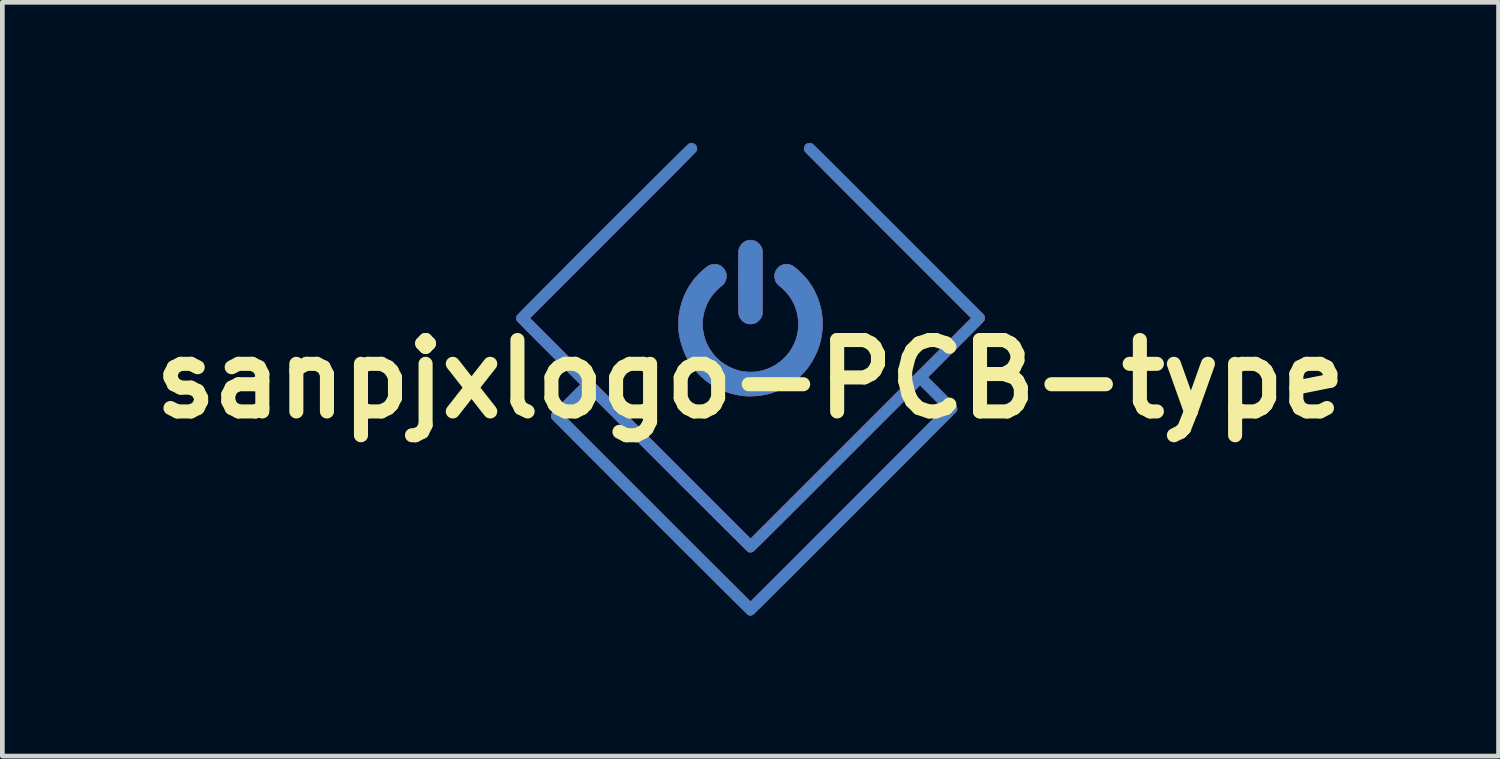
<source format=kicad_pcb>
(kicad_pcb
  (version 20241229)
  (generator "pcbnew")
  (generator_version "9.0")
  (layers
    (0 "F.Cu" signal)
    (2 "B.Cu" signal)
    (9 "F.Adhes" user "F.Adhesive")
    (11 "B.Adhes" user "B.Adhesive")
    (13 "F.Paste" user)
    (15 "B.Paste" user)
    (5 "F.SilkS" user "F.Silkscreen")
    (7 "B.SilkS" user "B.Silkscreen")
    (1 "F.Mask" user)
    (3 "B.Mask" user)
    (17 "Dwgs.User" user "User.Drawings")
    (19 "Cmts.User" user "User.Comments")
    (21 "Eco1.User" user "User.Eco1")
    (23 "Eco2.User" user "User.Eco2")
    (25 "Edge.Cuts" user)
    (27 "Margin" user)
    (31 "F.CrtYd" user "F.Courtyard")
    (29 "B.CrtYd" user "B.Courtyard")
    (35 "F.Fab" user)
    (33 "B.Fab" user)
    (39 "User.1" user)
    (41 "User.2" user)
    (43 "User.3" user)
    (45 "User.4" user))
  (footprint "sanpjxlogo-PCB-type"
    (layer "F.Cu")
    (at 12.961 5.039)
    (property "Reference" "sanpjxlogo-PCB-type" (at 0 0 0) (layer "F.SilkS") (effects (font (size 1.524 1.524) (thickness 0.3))))
    (attr smd)
    (fp_poly (pts (xy 0.049 -2.961) (xy 0.091 -2.949) (xy 0.102 -2.945) (xy 0.145 -2.92) (xy 0.184 -2.887) (xy 0.215 -2.848) (xy 0.239 -2.806) (xy 0.245 -2.787) (xy 0.247 -2.781) (xy 0.249 -2.775) (xy 0.25 -2.768) (xy 0.251 -2.76) (xy 0.252 -2.749) (xy 0.253 -2.735) (xy 0.254 -2.718) (xy 0.255 -2.697) (xy 0.255 -2.671) (xy 0.256 -2.64) (xy 0.256 -2.603) (xy 0.256 -2.559) (xy 0.256 -2.507) (xy 0.257 -2.448) (xy 0.257 -2.38) (xy 0.257 -2.303) (xy 0.257 -2.216) (xy 0.257 -2.119) (xy 0.257 -2.073) (xy 0.257 -1.964) (xy 0.256 -1.863) (xy 0.256 -1.771) (xy 0.256 -1.687) (xy 0.255 -1.613) (xy 0.255 -1.548) (xy 0.254 -1.492) (xy 0.254 -1.447) (xy 0.253 -1.411) (xy 0.252 -1.387) (xy 0.251 -1.373) (xy 0.251 -1.371) (xy 0.237 -1.33) (xy 0.215 -1.292) (xy 0.187 -1.258) (xy 0.156 -1.228) (xy 0.125 -1.206) (xy 0.092 -1.191) (xy 0.075 -1.185) (xy 0.042 -1.179) (xy 0.004 -1.176) (xy -0.034 -1.178) (xy -0.068 -1.183) (xy -0.079 -1.187) (xy -0.126 -1.209) (xy -0.167 -1.24) (xy -0.202 -1.279) (xy -0.229 -1.323) (xy -0.246 -1.372) (xy -0.251 -1.396) (xy -0.252 -1.408) (xy -0.253 -1.43) (xy -0.253 -1.462) (xy -0.254 -1.503) (xy -0.255 -1.552) (xy -0.255 -1.607) (xy -0.256 -1.669) (xy -0.256 -1.735) (xy -0.256 -1.805) (xy -0.256 -1.879) (xy -0.257 -1.955) (xy -0.257 -2.032) (xy -0.257 -2.11) (xy -0.257 -2.187) (xy -0.256 -2.263) (xy -0.256 -2.336) (xy -0.256 -2.406) (xy -0.256 -2.473) (xy -0.255 -2.534) (xy -0.255 -2.589) (xy -0.254 -2.637) (xy -0.253 -2.677) (xy -0.253 -2.709) (xy -0.252 -2.731) (xy -0.251 -2.743) (xy -0.238 -2.794) (xy -0.215 -2.841) (xy -0.184 -2.882) (xy -0.145 -2.917) (xy -0.1 -2.943) (xy -0.05 -2.96) (xy -0.036 -2.963) (xy 0.005 -2.966) (xy 0.049 -2.961)) (stroke (width 0.01) (type solid)) (fill yes) (layer "F.Cu"))
    (fp_poly (pts (xy 0.83 -2.445) (xy 0.878 -2.428) (xy 0.903 -2.413) (xy 0.934 -2.392) (xy 0.97 -2.364) (xy 1.008 -2.332) (xy 1.048 -2.296) (xy 1.088 -2.258) (xy 1.093 -2.252) (xy 1.163 -2.178) (xy 1.225 -2.105) (xy 1.279 -2.028) (xy 1.33 -1.946) (xy 1.378 -1.856) (xy 1.378 -1.855) (xy 1.432 -1.736) (xy 1.474 -1.613) (xy 1.506 -1.488) (xy 1.527 -1.36) (xy 1.537 -1.231) (xy 1.536 -1.101) (xy 1.524 -0.971) (xy 1.501 -0.842) (xy 1.489 -0.791) (xy 1.458 -0.687) (xy 1.417 -0.582) (xy 1.368 -0.478) (xy 1.313 -0.377) (xy 1.251 -0.281) (xy 1.195 -0.205) (xy 1.168 -0.174) (xy 1.135 -0.137) (xy 1.097 -0.099) (xy 1.059 -0.06) (xy 1.021 -0.024) (xy 0.986 0.006) (xy 0.97 0.019) (xy 0.878 0.087) (xy 0.778 0.15) (xy 0.673 0.206) (xy 0.565 0.254) (xy 0.455 0.294) (xy 0.347 0.324) (xy 0.317 0.33) (xy 0.239 0.344) (xy 0.156 0.354) (xy 0.072 0.36) (xy -0.009 0.363) (xy -0.085 0.361) (xy -0.109 0.36) (xy -0.229 0.346) (xy -0.347 0.322) (xy -0.461 0.29) (xy -0.586 0.245) (xy -0.704 0.189) (xy -0.817 0.125) (xy -0.923 0.052) (xy -1.021 -0.029) (xy -1.113 -0.118) (xy -1.196 -0.214) (xy -1.272 -0.317) (xy -1.339 -0.427) (xy -1.397 -0.542) (xy -1.445 -0.663) (xy -1.484 -0.789) (xy -1.513 -0.919) (xy -1.522 -0.973) (xy -1.527 -1.015) (xy -1.53 -1.065) (xy -1.532 -1.12) (xy -1.532 -1.178) (xy -1.531 -1.237) (xy -1.529 -1.292) (xy -1.526 -1.341) (xy -1.522 -1.375) (xy -1.498 -1.507) (xy -1.464 -1.635) (xy -1.419 -1.759) (xy -1.364 -1.878) (xy -1.299 -1.992) (xy -1.224 -2.1) (xy -1.211 -2.118) (xy -1.179 -2.156) (xy -1.143 -2.196) (xy -1.104 -2.238) (xy -1.062 -2.278) (xy -1.021 -2.317) (xy -0.98 -2.352) (xy -0.942 -2.382) (xy -0.909 -2.407) (xy -0.88 -2.424) (xy -0.876 -2.426) (xy -0.827 -2.444) (xy -0.775 -2.451) (xy -0.723 -2.448) (xy -0.673 -2.435) (xy -0.627 -2.412) (xy -0.609 -2.399) (xy -0.585 -2.376) (xy -0.561 -2.346) (xy -0.54 -2.312) (xy -0.525 -2.28) (xy -0.524 -2.277) (xy -0.514 -2.23) (xy -0.513 -2.18) (xy -0.521 -2.129) (xy -0.538 -2.082) (xy -0.555 -2.052) (xy -0.568 -2.036) (xy -0.587 -2.016) (xy -0.608 -1.997) (xy -0.616 -1.99) (xy -0.649 -1.963) (xy -0.685 -1.929) (xy -0.722 -1.892) (xy -0.758 -1.854) (xy -0.792 -1.818) (xy -0.82 -1.784) (xy -0.835 -1.764) (xy -0.883 -1.688) (xy -0.926 -1.605) (xy -0.962 -1.517) (xy -0.99 -1.428) (xy -1.005 -1.367) (xy -1.012 -1.317) (xy -1.018 -1.26) (xy -1.021 -1.199) (xy -1.021 -1.139) (xy -1.018 -1.083) (xy -1.016 -1.061) (xy -0.999 -0.956) (xy -0.971 -0.854) (xy -0.933 -0.756) (xy -0.884 -0.662) (xy -0.825 -0.573) (xy -0.758 -0.489) (xy -0.705 -0.435) (xy -0.627 -0.367) (xy -0.541 -0.308) (xy -0.449 -0.256) (xy -0.353 -0.214) (xy -0.253 -0.182) (xy -0.166 -0.162) (xy -0.131 -0.158) (xy -0.089 -0.154) (xy -0.041 -0.152) (xy 0.008 -0.151) (xy 0.056 -0.152) (xy 0.1 -0.154) (xy 0.138 -0.157) (xy 0.151 -0.159) (xy 0.258 -0.182) (xy 0.361 -0.215) (xy 0.459 -0.258) (xy 0.551 -0.31) (xy 0.637 -0.371) (xy 0.716 -0.441) (xy 0.788 -0.518) (xy 0.852 -0.603) (xy 0.873 -0.636) (xy 0.893 -0.671) (xy 0.914 -0.712) (xy 0.936 -0.756) (xy 0.955 -0.8) (xy 0.97 -0.838) (xy 0.973 -0.847) (xy 1.002 -0.948) (xy 1.019 -1.051) (xy 1.026 -1.155) (xy 1.022 -1.26) (xy 1.008 -1.363) (xy 0.984 -1.465) (xy 0.949 -1.563) (xy 0.904 -1.658) (xy 0.888 -1.687) (xy 0.842 -1.759) (xy 0.792 -1.824) (xy 0.736 -1.886) (xy 0.672 -1.946) (xy 0.646 -1.968) (xy 0.621 -1.989) (xy 0.598 -2.011) (xy 0.578 -2.03) (xy 0.564 -2.045) (xy 0.562 -2.048) (xy 0.539 -2.088) (xy 0.524 -2.133) (xy 0.516 -2.181) (xy 0.517 -2.228) (xy 0.522 -2.254) (xy 0.54 -2.305) (xy 0.567 -2.349) (xy 0.6 -2.386) (xy 0.639 -2.415) (xy 0.683 -2.437) (xy 0.731 -2.449) (xy 0.78 -2.452) (xy 0.83 -2.445)) (stroke (width 0.01) (type solid)) (fill yes) (layer "F.Cu"))
    (fp_poly (pts (xy -1.237 -5.032) (xy -1.205 -5.021) (xy -1.177 -5.001) (xy -1.163 -4.985) (xy -1.149 -4.958) (xy -1.143 -4.925) (xy -1.144 -4.893) (xy -1.147 -4.877) (xy -1.149 -4.874) (xy -1.153 -4.869) (xy -1.159 -4.861) (xy -1.168 -4.851) (xy -1.18 -4.838) (xy -1.196 -4.822) (xy -1.214 -4.803) (xy -1.236 -4.78) (xy -1.262 -4.753) (xy -1.291 -4.723) (xy -1.325 -4.689) (xy -1.363 -4.65) (xy -1.405 -4.607) (xy -1.453 -4.559) (xy -1.505 -4.507) (xy -1.562 -4.449) (xy -1.625 -4.386) (xy -1.693 -4.317) (xy -1.767 -4.243) (xy -1.847 -4.162) (xy -1.933 -4.076) (xy -2.026 -3.983) (xy -2.125 -3.884) (xy -2.23 -3.778) (xy -2.343 -3.665) (xy -2.463 -3.545) (xy -2.591 -3.418) (xy -2.726 -3.283) (xy -2.868 -3.14) (xy -2.93 -3.078) (xy -4.706 -1.301) (xy 0.003 3.408) (xy 2.357 1.053) (xy 4.712 -1.301) (xy 2.939 -3.075) (xy 2.819 -3.194) (xy 2.702 -3.312) (xy 2.587 -3.427) (xy 2.475 -3.54) (xy 2.365 -3.65) (xy 2.258 -3.757) (xy 2.155 -3.86) (xy 2.055 -3.96) (xy 1.959 -4.057) (xy 1.867 -4.149) (xy 1.78 -4.237) (xy 1.697 -4.32) (xy 1.619 -4.398) (xy 1.546 -4.472) (xy 1.479 -4.54) (xy 1.417 -4.602) (xy 1.361 -4.659) (xy 1.311 -4.709) (xy 1.268 -4.753) (xy 1.231 -4.79) (xy 1.201 -4.82) (xy 1.179 -4.843) (xy 1.164 -4.859) (xy 1.157 -4.867) (xy 1.156 -4.868) (xy 1.147 -4.897) (xy 1.147 -4.93) (xy 1.155 -4.962) (xy 1.17 -4.99) (xy 1.182 -5.004) (xy 1.21 -5.022) (xy 1.242 -5.032) (xy 1.276 -5.034) (xy 1.309 -5.026) (xy 1.315 -5.023) (xy 1.321 -5.019) (xy 1.333 -5.008) (xy 1.352 -4.99) (xy 1.377 -4.965) (xy 1.41 -4.933) (xy 1.449 -4.895) (xy 1.496 -4.849) (xy 1.549 -4.796) (xy 1.61 -4.736) (xy 1.677 -4.669) (xy 1.752 -4.595) (xy 1.835 -4.513) (xy 1.924 -4.424) (xy 2.022 -4.327) (xy 2.126 -4.222) (xy 2.238 -4.111) (xy 2.358 -3.991) (xy 2.486 -3.864) (xy 2.621 -3.728) (xy 2.764 -3.585) (xy 2.915 -3.434) (xy 3.074 -3.276) (xy 3.163 -3.187) (xy 4.987 -1.361) (xy 4.994 -1.331) (xy 4.998 -1.307) (xy 4.997 -1.284) (xy 4.994 -1.271) (xy 4.993 -1.267) (xy 4.992 -1.263) (xy 4.99 -1.258) (xy 4.987 -1.253) (xy 4.982 -1.246) (xy 4.975 -1.238) (xy 4.966 -1.227) (xy 4.955 -1.214) (xy 4.94 -1.198) (xy 4.922 -1.179) (xy 4.9 -1.156) (xy 4.874 -1.129) (xy 4.843 -1.098) (xy 4.807 -1.062) (xy 4.766 -1.02) (xy 4.719 -0.973) (xy 4.666 -0.92) (xy 4.606 -0.86) (xy 4.54 -0.794) (xy 4.466 -0.72) (xy 4.387 -0.641) (xy 3.787 -0.04) (xy 4.093 0.267) (xy 4.15 0.324) (xy 4.2 0.374) (xy 4.242 0.417) (xy 4.279 0.453) (xy 4.309 0.484) (xy 4.334 0.51) (xy 4.354 0.531) (xy 4.37 0.548) (xy 4.382 0.562) (xy 4.391 0.573) (xy 4.397 0.581) (xy 4.401 0.588) (xy 4.404 0.594) (xy 4.406 0.6) (xy 4.406 0.601) (xy 4.41 0.636) (xy 4.404 0.668) (xy 4.398 0.684) (xy 4.394 0.689) (xy 4.382 0.701) (xy 4.362 0.722) (xy 4.334 0.749) (xy 4.3 0.784) (xy 4.259 0.826) (xy 4.211 0.874) (xy 4.157 0.929) (xy 4.096 0.989) (xy 4.03 1.056) (xy 3.957 1.129) (xy 3.88 1.207) (xy 3.797 1.29) (xy 3.709 1.379) (xy 3.616 1.472) (xy 3.518 1.569) (xy 3.417 1.671) (xy 3.311 1.777) (xy 3.201 1.887) (xy 3.088 2) (xy 2.971 2.117) (xy 2.852 2.237) (xy 2.729 2.36) (xy 2.604 2.485) (xy 2.476 2.613) (xy 2.346 2.743) (xy 2.231 2.858) (xy 2.056 3.033) (xy 1.889 3.2) (xy 1.73 3.36) (xy 1.578 3.511) (xy 1.434 3.655) (xy 1.298 3.791) (xy 1.169 3.919) (xy 1.048 4.04) (xy 0.934 4.154) (xy 0.828 4.26) (xy 0.729 4.359) (xy 0.636 4.451) (xy 0.551 4.535) (xy 0.473 4.613) (xy 0.402 4.684) (xy 0.338 4.747) (xy 0.28 4.805) (xy 0.229 4.855) (xy 0.184 4.899) (xy 0.146 4.936) (xy 0.114 4.967) (xy 0.089 4.992) (xy 0.07 5.01) (xy 0.057 5.022) (xy 0.05 5.028) (xy 0.049 5.029) (xy 0.017 5.038) (xy -0.019 5.038) (xy -0.04 5.033) (xy -0.043 5.031) (xy -0.049 5.026) (xy -0.059 5.017) (xy -0.071 5.006) (xy -0.088 4.99) (xy -0.108 4.971) (xy -0.132 4.947) (xy -0.16 4.92) (xy -0.193 4.888) (xy -0.23 4.852) (xy -0.272 4.81) (xy -0.318 4.765) (xy -0.37 4.714) (xy -0.426 4.658) (xy -0.488 4.596) (xy -0.556 4.529) (xy -0.629 4.456) (xy -0.708 4.378) (xy -0.793 4.293) (xy -0.884 4.202) (xy -0.981 4.105) (xy -1.086 4.001) (xy -1.196 3.891) (xy -1.314 3.773) (xy -1.439 3.649) (xy -1.571 3.517) (xy -1.71 3.377) (xy -1.857 3.231) (xy -2.012 3.076) (xy -2.145 2.943) (xy -2.278 2.81) (xy -2.408 2.679) (xy -2.537 2.551) (xy -2.662 2.426) (xy -2.784 2.304) (xy -2.903 2.185) (xy -3.018 2.069) (xy -3.13 1.957) (xy -3.237 1.85) (xy -3.341 1.746) (xy -3.44 1.647) (xy -3.534 1.552) (xy -3.623 1.462) (xy -3.708 1.377) (xy -3.787 1.298) (xy -3.86 1.224) (xy -3.928 1.156) (xy -3.989 1.094) (xy -4.045 1.038) (xy -4.094 0.989) (xy -4.136 0.946) (xy -4.171 0.91) (xy -4.199 0.881) (xy -4.22 0.86) (xy -4.233 0.846) (xy -4.238 0.84) (xy -4.239 0.84) (xy -4.25 0.805) (xy -4.25 0.788) (xy -3.964 0.788) (xy -1.983 2.768) (xy -1.857 2.894) (xy -1.733 3.018) (xy -1.612 3.14) (xy -1.492 3.259) (xy -1.376 3.376) (xy -1.262 3.489) (xy -1.152 3.599) (xy -1.045 3.706) (xy -0.942 3.809) (xy -0.843 3.908) (xy -0.748 4.002) (xy -0.658 4.092) (xy -0.572 4.178) (xy -0.491 4.258) (xy -0.415 4.334) (xy -0.345 4.403) (xy -0.281 4.467) (xy -0.222 4.526) (xy -0.17 4.577) (xy -0.124 4.623) (xy -0.085 4.662) (xy -0.052 4.694) (xy -0.027 4.718) (xy -0.009 4.736) (xy 0.001 4.746) (xy 0.003 4.748) (xy 0.008 4.744) (xy 0.02 4.732) (xy 0.04 4.712) (xy 0.067 4.685) (xy 0.101 4.651) (xy 0.142 4.61) (xy 0.19 4.563) (xy 0.244 4.509) (xy 0.304 4.449) (xy 0.371 4.383) (xy 0.442 4.311) (xy 0.52 4.234) (xy 0.602 4.151) (xy 0.689 4.064) (xy 0.782 3.972) (xy 0.878 3.876) (xy 0.979 3.775) (xy 1.084 3.67) (xy 1.192 3.562) (xy 1.304 3.45) (xy 1.419 3.334) (xy 1.538 3.216) (xy 1.659 3.095) (xy 1.782 2.971) (xy 1.908 2.845) (xy 2.036 2.717) (xy 2.065 2.688) (xy 4.12 0.63) (xy 3.87 0.379) (xy 3.619 0.128) (xy 1.845 1.902) (xy 1.689 2.058) (xy 1.541 2.206) (xy 1.401 2.346) (xy 1.269 2.478) (xy 1.144 2.603) (xy 1.027 2.72) (xy 0.916 2.829) (xy 0.814 2.932) (xy 0.718 3.027) (xy 0.629 3.116) (xy 0.547 3.197) (xy 0.472 3.272) (xy 0.403 3.34) (xy 0.341 3.402) (xy 0.285 3.457) (xy 0.236 3.506) (xy 0.192 3.548) (xy 0.155 3.585) (xy 0.124 3.616) (xy 0.098 3.641) (xy 0.078 3.66) (xy 0.063 3.673) (xy 0.054 3.681) (xy 0.05 3.684) (xy 0.026 3.691) (xy -0.003 3.693) (xy -0.03 3.691) (xy -0.044 3.687) (xy -0.049 3.683) (xy -0.062 3.67) (xy -0.083 3.65) (xy -0.111 3.623) (xy -0.146 3.589) (xy -0.188 3.547) (xy -0.237 3.499) (xy -0.292 3.444) (xy -0.353 3.383) (xy -0.421 3.317) (xy -0.494 3.244) (xy -0.573 3.166) (xy -0.657 3.082) (xy -0.746 2.993) (xy -0.84 2.899) (xy -0.939 2.801) (xy -1.042 2.698) (xy -1.149 2.591) (xy -1.26 2.48) (xy -1.375 2.366) (xy -1.494 2.248) (xy -1.615 2.126) (xy -1.74 2.001) (xy -1.759 1.982) (xy -3.459 0.283) (xy -3.964 0.788) (xy -4.25 0.788) (xy -4.25 0.77) (xy -4.247 0.755) (xy -4.245 0.749) (xy -4.242 0.743) (xy -4.238 0.736) (xy -4.231 0.727) (xy -4.222 0.716) (xy -4.209 0.702) (xy -4.193 0.684) (xy -4.173 0.663) (xy -4.147 0.637) (xy -4.116 0.605) (xy -4.08 0.568) (xy -4.036 0.524) (xy -3.986 0.474) (xy -3.933 0.421) (xy -3.627 0.114) (xy -4.302 -0.561) (xy -4.398 -0.657) (xy -4.486 -0.745) (xy -4.566 -0.825) (xy -4.639 -0.898) (xy -4.704 -0.964) (xy -4.762 -1.022) (xy -4.812 -1.074) (xy -4.856 -1.119) (xy -4.894 -1.157) (xy -4.924 -1.189) (xy -4.948 -1.214) (xy -4.966 -1.234) (xy -4.979 -1.248) (xy -4.985 -1.255) (xy -4.986 -1.257) (xy -4.993 -1.29) (xy -4.992 -1.324) (xy -4.983 -1.35) (xy -4.979 -1.356) (xy -4.966 -1.369) (xy -4.946 -1.39) (xy -4.918 -1.419) (xy -4.884 -1.453) (xy -4.844 -1.495) (xy -4.797 -1.542) (xy -4.744 -1.596) (xy -4.686 -1.655) (xy -4.622 -1.719) (xy -4.553 -1.788) (xy -4.48 -1.862) (xy -4.403 -1.94) (xy -4.321 -2.022) (xy -4.236 -2.108) (xy -4.147 -2.197) (xy -4.055 -2.289) (xy -3.96 -2.384) (xy -3.863 -2.482) (xy -3.764 -2.581) (xy -3.663 -2.683) (xy -3.56 -2.786) (xy -3.456 -2.89) (xy -3.351 -2.995) (xy -3.245 -3.1) (xy -3.14 -3.206) (xy -3.034 -3.311) (xy -2.928 -3.417) (xy -2.824 -3.521) (xy -2.72 -3.625) (xy -2.617 -3.727) (xy -2.516 -3.828) (xy -2.417 -3.927) (xy -2.32 -4.024) (xy -2.226 -4.118) (xy -2.134 -4.209) (xy -2.046 -4.297) (xy -1.96 -4.381) (xy -1.879 -4.462) (xy -1.802 -4.539) (xy -1.729 -4.611) (xy -1.661 -4.679) (xy -1.598 -4.741) (xy -1.54 -4.798) (xy -1.488 -4.85) (xy -1.441 -4.895) (xy -1.401 -4.935) (xy -1.368 -4.967) (xy -1.341 -4.993) (xy -1.322 -5.011) (xy -1.31 -5.022) (xy -1.306 -5.026) (xy -1.272 -5.034) (xy -1.237 -5.032)) (stroke (width 0.01) (type solid)) (fill yes) (layer "F.Cu"))
    (fp_poly (pts (xy 0.049 -2.961) (xy 0.091 -2.949) (xy 0.102 -2.945) (xy 0.145 -2.92) (xy 0.184 -2.887) (xy 0.215 -2.848) (xy 0.239 -2.806) (xy 0.245 -2.787) (xy 0.247 -2.781) (xy 0.249 -2.775) (xy 0.25 -2.768) (xy 0.251 -2.76) (xy 0.252 -2.749) (xy 0.253 -2.735) (xy 0.254 -2.718) (xy 0.255 -2.697) (xy 0.255 -2.671) (xy 0.256 -2.64) (xy 0.256 -2.603) (xy 0.256 -2.559) (xy 0.256 -2.507) (xy 0.257 -2.448) (xy 0.257 -2.38) (xy 0.257 -2.303) (xy 0.257 -2.216) (xy 0.257 -2.119) (xy 0.257 -2.073) (xy 0.257 -1.964) (xy 0.256 -1.863) (xy 0.256 -1.771) (xy 0.256 -1.687) (xy 0.255 -1.613) (xy 0.255 -1.548) (xy 0.254 -1.492) (xy 0.254 -1.447) (xy 0.253 -1.411) (xy 0.252 -1.387) (xy 0.251 -1.373) (xy 0.251 -1.371) (xy 0.237 -1.33) (xy 0.215 -1.292) (xy 0.187 -1.258) (xy 0.156 -1.228) (xy 0.125 -1.206) (xy 0.092 -1.191) (xy 0.075 -1.185) (xy 0.042 -1.179) (xy 0.004 -1.176) (xy -0.034 -1.178) (xy -0.068 -1.183) (xy -0.079 -1.187) (xy -0.126 -1.209) (xy -0.167 -1.24) (xy -0.202 -1.279) (xy -0.229 -1.323) (xy -0.246 -1.372) (xy -0.251 -1.396) (xy -0.252 -1.408) (xy -0.253 -1.43) (xy -0.253 -1.462) (xy -0.254 -1.503) (xy -0.255 -1.552) (xy -0.255 -1.607) (xy -0.256 -1.669) (xy -0.256 -1.735) (xy -0.256 -1.805) (xy -0.256 -1.879) (xy -0.257 -1.955) (xy -0.257 -2.032) (xy -0.257 -2.11) (xy -0.257 -2.187) (xy -0.256 -2.263) (xy -0.256 -2.336) (xy -0.256 -2.406) (xy -0.256 -2.473) (xy -0.255 -2.534) (xy -0.255 -2.589) (xy -0.254 -2.637) (xy -0.253 -2.677) (xy -0.253 -2.709) (xy -0.252 -2.731) (xy -0.251 -2.743) (xy -0.238 -2.794) (xy -0.215 -2.841) (xy -0.184 -2.882) (xy -0.145 -2.917) (xy -0.1 -2.943) (xy -0.05 -2.96) (xy -0.036 -2.963) (xy 0.005 -2.966) (xy 0.049 -2.961)) (stroke (width 0.01) (type solid)) (fill yes) (layer "F.Mask"))
    (fp_poly (pts (xy 0.83 -2.445) (xy 0.878 -2.428) (xy 0.903 -2.413) (xy 0.934 -2.392) (xy 0.97 -2.364) (xy 1.008 -2.332) (xy 1.048 -2.296) (xy 1.088 -2.258) (xy 1.093 -2.252) (xy 1.163 -2.178) (xy 1.225 -2.105) (xy 1.279 -2.028) (xy 1.33 -1.946) (xy 1.378 -1.856) (xy 1.378 -1.855) (xy 1.432 -1.736) (xy 1.474 -1.613) (xy 1.506 -1.488) (xy 1.527 -1.36) (xy 1.537 -1.231) (xy 1.536 -1.101) (xy 1.524 -0.971) (xy 1.501 -0.842) (xy 1.489 -0.791) (xy 1.458 -0.687) (xy 1.417 -0.582) (xy 1.368 -0.478) (xy 1.313 -0.377) (xy 1.251 -0.281) (xy 1.195 -0.205) (xy 1.168 -0.174) (xy 1.135 -0.137) (xy 1.097 -0.099) (xy 1.059 -0.06) (xy 1.021 -0.024) (xy 0.986 0.006) (xy 0.97 0.019) (xy 0.878 0.087) (xy 0.778 0.15) (xy 0.673 0.206) (xy 0.565 0.254) (xy 0.455 0.294) (xy 0.347 0.324) (xy 0.317 0.33) (xy 0.239 0.344) (xy 0.156 0.354) (xy 0.072 0.36) (xy -0.009 0.363) (xy -0.085 0.361) (xy -0.109 0.36) (xy -0.229 0.346) (xy -0.347 0.322) (xy -0.461 0.29) (xy -0.586 0.245) (xy -0.704 0.189) (xy -0.817 0.125) (xy -0.923 0.052) (xy -1.021 -0.029) (xy -1.113 -0.118) (xy -1.196 -0.214) (xy -1.272 -0.317) (xy -1.339 -0.427) (xy -1.397 -0.542) (xy -1.445 -0.663) (xy -1.484 -0.789) (xy -1.513 -0.919) (xy -1.522 -0.973) (xy -1.527 -1.015) (xy -1.53 -1.065) (xy -1.532 -1.12) (xy -1.532 -1.178) (xy -1.531 -1.237) (xy -1.529 -1.292) (xy -1.526 -1.341) (xy -1.522 -1.375) (xy -1.498 -1.507) (xy -1.464 -1.635) (xy -1.419 -1.759) (xy -1.364 -1.878) (xy -1.299 -1.992) (xy -1.224 -2.1) (xy -1.211 -2.118) (xy -1.179 -2.156) (xy -1.143 -2.196) (xy -1.104 -2.238) (xy -1.062 -2.278) (xy -1.021 -2.317) (xy -0.98 -2.352) (xy -0.942 -2.382) (xy -0.909 -2.407) (xy -0.88 -2.424) (xy -0.876 -2.426) (xy -0.827 -2.444) (xy -0.775 -2.451) (xy -0.723 -2.448) (xy -0.673 -2.435) (xy -0.627 -2.412) (xy -0.609 -2.399) (xy -0.585 -2.376) (xy -0.561 -2.346) (xy -0.54 -2.312) (xy -0.525 -2.28) (xy -0.524 -2.277) (xy -0.514 -2.23) (xy -0.513 -2.18) (xy -0.521 -2.129) (xy -0.538 -2.082) (xy -0.555 -2.052) (xy -0.568 -2.036) (xy -0.587 -2.016) (xy -0.608 -1.997) (xy -0.616 -1.99) (xy -0.649 -1.963) (xy -0.685 -1.929) (xy -0.722 -1.892) (xy -0.758 -1.854) (xy -0.792 -1.818) (xy -0.82 -1.784) (xy -0.835 -1.764) (xy -0.883 -1.688) (xy -0.926 -1.605) (xy -0.962 -1.517) (xy -0.99 -1.428) (xy -1.005 -1.367) (xy -1.012 -1.317) (xy -1.018 -1.26) (xy -1.021 -1.199) (xy -1.021 -1.139) (xy -1.018 -1.083) (xy -1.016 -1.061) (xy -0.999 -0.956) (xy -0.971 -0.854) (xy -0.933 -0.756) (xy -0.884 -0.662) (xy -0.825 -0.573) (xy -0.758 -0.489) (xy -0.705 -0.435) (xy -0.627 -0.367) (xy -0.541 -0.308) (xy -0.449 -0.256) (xy -0.353 -0.214) (xy -0.253 -0.182) (xy -0.166 -0.162) (xy -0.131 -0.158) (xy -0.089 -0.154) (xy -0.041 -0.152) (xy 0.008 -0.151) (xy 0.056 -0.152) (xy 0.1 -0.154) (xy 0.138 -0.157) (xy 0.151 -0.159) (xy 0.258 -0.182) (xy 0.361 -0.215) (xy 0.459 -0.258) (xy 0.551 -0.31) (xy 0.637 -0.371) (xy 0.716 -0.441) (xy 0.788 -0.518) (xy 0.852 -0.603) (xy 0.873 -0.636) (xy 0.893 -0.671) (xy 0.914 -0.712) (xy 0.936 -0.756) (xy 0.955 -0.8) (xy 0.97 -0.838) (xy 0.973 -0.847) (xy 1.002 -0.948) (xy 1.019 -1.051) (xy 1.026 -1.155) (xy 1.022 -1.26) (xy 1.008 -1.363) (xy 0.984 -1.465) (xy 0.949 -1.563) (xy 0.904 -1.658) (xy 0.888 -1.687) (xy 0.842 -1.759) (xy 0.792 -1.824) (xy 0.736 -1.886) (xy 0.672 -1.946) (xy 0.646 -1.968) (xy 0.621 -1.989) (xy 0.598 -2.011) (xy 0.578 -2.03) (xy 0.564 -2.045) (xy 0.562 -2.048) (xy 0.539 -2.088) (xy 0.524 -2.133) (xy 0.516 -2.181) (xy 0.517 -2.228) (xy 0.522 -2.254) (xy 0.54 -2.305) (xy 0.567 -2.349) (xy 0.6 -2.386) (xy 0.639 -2.415) (xy 0.683 -2.437) (xy 0.731 -2.449) (xy 0.78 -2.452) (xy 0.83 -2.445)) (stroke (width 0.01) (type solid)) (fill yes) (layer "F.Mask"))
    (fp_poly (pts (xy 0.049 -2.961) (xy 0.091 -2.949) (xy 0.102 -2.945) (xy 0.145 -2.92) (xy 0.184 -2.887) (xy 0.215 -2.848) (xy 0.239 -2.806) (xy 0.245 -2.787) (xy 0.247 -2.781) (xy 0.249 -2.775) (xy 0.25 -2.768) (xy 0.251 -2.76) (xy 0.252 -2.749) (xy 0.253 -2.735) (xy 0.254 -2.718) (xy 0.255 -2.697) (xy 0.255 -2.671) (xy 0.256 -2.64) (xy 0.256 -2.603) (xy 0.256 -2.559) (xy 0.256 -2.507) (xy 0.257 -2.448) (xy 0.257 -2.38) (xy 0.257 -2.303) (xy 0.257 -2.216) (xy 0.257 -2.119) (xy 0.257 -2.073) (xy 0.257 -1.964) (xy 0.256 -1.863) (xy 0.256 -1.771) (xy 0.256 -1.687) (xy 0.255 -1.613) (xy 0.255 -1.548) (xy 0.254 -1.492) (xy 0.254 -1.447) (xy 0.253 -1.411) (xy 0.252 -1.387) (xy 0.251 -1.373) (xy 0.251 -1.371) (xy 0.237 -1.33) (xy 0.215 -1.292) (xy 0.187 -1.258) (xy 0.156 -1.228) (xy 0.125 -1.206) (xy 0.092 -1.191) (xy 0.075 -1.185) (xy 0.042 -1.179) (xy 0.004 -1.176) (xy -0.034 -1.178) (xy -0.068 -1.183) (xy -0.079 -1.187) (xy -0.126 -1.209) (xy -0.167 -1.24) (xy -0.202 -1.279) (xy -0.229 -1.323) (xy -0.246 -1.372) (xy -0.251 -1.396) (xy -0.252 -1.408) (xy -0.253 -1.43) (xy -0.253 -1.462) (xy -0.254 -1.503) (xy -0.255 -1.552) (xy -0.255 -1.607) (xy -0.256 -1.669) (xy -0.256 -1.735) (xy -0.256 -1.805) (xy -0.256 -1.879) (xy -0.257 -1.955) (xy -0.257 -2.032) (xy -0.257 -2.11) (xy -0.257 -2.187) (xy -0.256 -2.263) (xy -0.256 -2.336) (xy -0.256 -2.406) (xy -0.256 -2.473) (xy -0.255 -2.534) (xy -0.255 -2.589) (xy -0.254 -2.637) (xy -0.253 -2.677) (xy -0.253 -2.709) (xy -0.252 -2.731) (xy -0.251 -2.743) (xy -0.238 -2.794) (xy -0.215 -2.841) (xy -0.184 -2.882) (xy -0.145 -2.917) (xy -0.1 -2.943) (xy -0.05 -2.96) (xy -0.036 -2.963) (xy 0.005 -2.966) (xy 0.049 -2.961)) (stroke (width 0.01) (type solid)) (fill yes) (layer "B.Cu"))
    (fp_poly (pts (xy 0.83 -2.445) (xy 0.878 -2.428) (xy 0.903 -2.413) (xy 0.934 -2.392) (xy 0.97 -2.364) (xy 1.008 -2.332) (xy 1.048 -2.296) (xy 1.088 -2.258) (xy 1.093 -2.252) (xy 1.163 -2.178) (xy 1.225 -2.105) (xy 1.279 -2.028) (xy 1.33 -1.946) (xy 1.378 -1.856) (xy 1.378 -1.855) (xy 1.432 -1.736) (xy 1.474 -1.613) (xy 1.506 -1.488) (xy 1.527 -1.36) (xy 1.537 -1.231) (xy 1.536 -1.101) (xy 1.524 -0.971) (xy 1.501 -0.842) (xy 1.489 -0.791) (xy 1.458 -0.687) (xy 1.417 -0.582) (xy 1.368 -0.478) (xy 1.313 -0.377) (xy 1.251 -0.281) (xy 1.195 -0.205) (xy 1.168 -0.174) (xy 1.135 -0.137) (xy 1.097 -0.099) (xy 1.059 -0.06) (xy 1.021 -0.024) (xy 0.986 0.006) (xy 0.97 0.019) (xy 0.878 0.087) (xy 0.778 0.15) (xy 0.673 0.206) (xy 0.565 0.254) (xy 0.455 0.294) (xy 0.347 0.324) (xy 0.317 0.33) (xy 0.239 0.344) (xy 0.156 0.354) (xy 0.072 0.36) (xy -0.009 0.363) (xy -0.085 0.361) (xy -0.109 0.36) (xy -0.229 0.346) (xy -0.347 0.322) (xy -0.461 0.29) (xy -0.586 0.245) (xy -0.704 0.189) (xy -0.817 0.125) (xy -0.923 0.052) (xy -1.021 -0.029) (xy -1.113 -0.118) (xy -1.196 -0.214) (xy -1.272 -0.317) (xy -1.339 -0.427) (xy -1.397 -0.542) (xy -1.445 -0.663) (xy -1.484 -0.789) (xy -1.513 -0.919) (xy -1.522 -0.973) (xy -1.527 -1.015) (xy -1.53 -1.065) (xy -1.532 -1.12) (xy -1.532 -1.178) (xy -1.531 -1.237) (xy -1.529 -1.292) (xy -1.526 -1.341) (xy -1.522 -1.375) (xy -1.498 -1.507) (xy -1.464 -1.635) (xy -1.419 -1.759) (xy -1.364 -1.878) (xy -1.299 -1.992) (xy -1.224 -2.1) (xy -1.211 -2.118) (xy -1.179 -2.156) (xy -1.143 -2.196) (xy -1.104 -2.238) (xy -1.062 -2.278) (xy -1.021 -2.317) (xy -0.98 -2.352) (xy -0.942 -2.382) (xy -0.909 -2.407) (xy -0.88 -2.424) (xy -0.876 -2.426) (xy -0.827 -2.444) (xy -0.775 -2.451) (xy -0.723 -2.448) (xy -0.673 -2.435) (xy -0.627 -2.412) (xy -0.609 -2.399) (xy -0.585 -2.376) (xy -0.561 -2.346) (xy -0.54 -2.312) (xy -0.525 -2.28) (xy -0.524 -2.277) (xy -0.514 -2.23) (xy -0.513 -2.18) (xy -0.521 -2.129) (xy -0.538 -2.082) (xy -0.555 -2.052) (xy -0.568 -2.036) (xy -0.587 -2.016) (xy -0.608 -1.997) (xy -0.616 -1.99) (xy -0.649 -1.963) (xy -0.685 -1.929) (xy -0.722 -1.892) (xy -0.758 -1.854) (xy -0.792 -1.818) (xy -0.82 -1.784) (xy -0.835 -1.764) (xy -0.883 -1.688) (xy -0.926 -1.605) (xy -0.962 -1.517) (xy -0.99 -1.428) (xy -1.005 -1.367) (xy -1.012 -1.317) (xy -1.018 -1.26) (xy -1.021 -1.199) (xy -1.021 -1.139) (xy -1.018 -1.083) (xy -1.016 -1.061) (xy -0.999 -0.956) (xy -0.971 -0.854) (xy -0.933 -0.756) (xy -0.884 -0.662) (xy -0.825 -0.573) (xy -0.758 -0.489) (xy -0.705 -0.435) (xy -0.627 -0.367) (xy -0.541 -0.308) (xy -0.449 -0.256) (xy -0.353 -0.214) (xy -0.253 -0.182) (xy -0.166 -0.162) (xy -0.131 -0.158) (xy -0.089 -0.154) (xy -0.041 -0.152) (xy 0.008 -0.151) (xy 0.056 -0.152) (xy 0.1 -0.154) (xy 0.138 -0.157) (xy 0.151 -0.159) (xy 0.258 -0.182) (xy 0.361 -0.215) (xy 0.459 -0.258) (xy 0.551 -0.31) (xy 0.637 -0.371) (xy 0.716 -0.441) (xy 0.788 -0.518) (xy 0.852 -0.603) (xy 0.873 -0.636) (xy 0.893 -0.671) (xy 0.914 -0.712) (xy 0.936 -0.756) (xy 0.955 -0.8) (xy 0.97 -0.838) (xy 0.973 -0.847) (xy 1.002 -0.948) (xy 1.019 -1.051) (xy 1.026 -1.155) (xy 1.022 -1.26) (xy 1.008 -1.363) (xy 0.984 -1.465) (xy 0.949 -1.563) (xy 0.904 -1.658) (xy 0.888 -1.687) (xy 0.842 -1.759) (xy 0.792 -1.824) (xy 0.736 -1.886) (xy 0.672 -1.946) (xy 0.646 -1.968) (xy 0.621 -1.989) (xy 0.598 -2.011) (xy 0.578 -2.03) (xy 0.564 -2.045) (xy 0.562 -2.048) (xy 0.539 -2.088) (xy 0.524 -2.133) (xy 0.516 -2.181) (xy 0.517 -2.228) (xy 0.522 -2.254) (xy 0.54 -2.305) (xy 0.567 -2.349) (xy 0.6 -2.386) (xy 0.639 -2.415) (xy 0.683 -2.437) (xy 0.731 -2.449) (xy 0.78 -2.452) (xy 0.83 -2.445)) (stroke (width 0.01) (type solid)) (fill yes) (layer "B.Cu"))
    (fp_poly (pts (xy -1.237 -5.032) (xy -1.205 -5.021) (xy -1.177 -5.001) (xy -1.163 -4.985) (xy -1.149 -4.958) (xy -1.143 -4.925) (xy -1.144 -4.893) (xy -1.147 -4.877) (xy -1.149 -4.874) (xy -1.153 -4.869) (xy -1.159 -4.861) (xy -1.168 -4.851) (xy -1.18 -4.838) (xy -1.196 -4.822) (xy -1.214 -4.803) (xy -1.236 -4.78) (xy -1.262 -4.753) (xy -1.291 -4.723) (xy -1.325 -4.689) (xy -1.363 -4.65) (xy -1.405 -4.607) (xy -1.453 -4.559) (xy -1.505 -4.507) (xy -1.562 -4.449) (xy -1.625 -4.386) (xy -1.693 -4.317) (xy -1.767 -4.243) (xy -1.847 -4.162) (xy -1.933 -4.076) (xy -2.026 -3.983) (xy -2.125 -3.884) (xy -2.23 -3.778) (xy -2.343 -3.665) (xy -2.463 -3.545) (xy -2.591 -3.418) (xy -2.726 -3.283) (xy -2.868 -3.14) (xy -2.93 -3.078) (xy -4.706 -1.301) (xy 0.003 3.408) (xy 2.357 1.053) (xy 4.712 -1.301) (xy 2.939 -3.075) (xy 2.819 -3.194) (xy 2.702 -3.312) (xy 2.587 -3.427) (xy 2.475 -3.54) (xy 2.365 -3.65) (xy 2.258 -3.757) (xy 2.155 -3.86) (xy 2.055 -3.96) (xy 1.959 -4.057) (xy 1.867 -4.149) (xy 1.78 -4.237) (xy 1.697 -4.32) (xy 1.619 -4.398) (xy 1.546 -4.472) (xy 1.479 -4.54) (xy 1.417 -4.602) (xy 1.361 -4.659) (xy 1.311 -4.709) (xy 1.268 -4.753) (xy 1.231 -4.79) (xy 1.201 -4.82) (xy 1.179 -4.843) (xy 1.164 -4.859) (xy 1.157 -4.867) (xy 1.156 -4.868) (xy 1.147 -4.897) (xy 1.147 -4.93) (xy 1.155 -4.962) (xy 1.17 -4.99) (xy 1.182 -5.004) (xy 1.21 -5.022) (xy 1.242 -5.032) (xy 1.276 -5.034) (xy 1.309 -5.026) (xy 1.315 -5.023) (xy 1.321 -5.019) (xy 1.333 -5.008) (xy 1.352 -4.99) (xy 1.377 -4.965) (xy 1.41 -4.933) (xy 1.449 -4.895) (xy 1.496 -4.849) (xy 1.549 -4.796) (xy 1.61 -4.736) (xy 1.677 -4.669) (xy 1.752 -4.595) (xy 1.835 -4.513) (xy 1.924 -4.424) (xy 2.022 -4.327) (xy 2.126 -4.222) (xy 2.238 -4.111) (xy 2.358 -3.991) (xy 2.486 -3.864) (xy 2.621 -3.728) (xy 2.764 -3.585) (xy 2.915 -3.434) (xy 3.074 -3.276) (xy 3.163 -3.187) (xy 4.987 -1.361) (xy 4.994 -1.331) (xy 4.998 -1.307) (xy 4.997 -1.284) (xy 4.994 -1.271) (xy 4.993 -1.267) (xy 4.992 -1.263) (xy 4.99 -1.258) (xy 4.987 -1.253) (xy 4.982 -1.246) (xy 4.975 -1.238) (xy 4.966 -1.227) (xy 4.955 -1.214) (xy 4.94 -1.198) (xy 4.922 -1.179) (xy 4.9 -1.156) (xy 4.874 -1.129) (xy 4.843 -1.098) (xy 4.807 -1.062) (xy 4.766 -1.02) (xy 4.719 -0.973) (xy 4.666 -0.92) (xy 4.606 -0.86) (xy 4.54 -0.794) (xy 4.466 -0.72) (xy 4.387 -0.641) (xy 3.787 -0.04) (xy 4.093 0.267) (xy 4.15 0.324) (xy 4.2 0.374) (xy 4.242 0.417) (xy 4.279 0.453) (xy 4.309 0.484) (xy 4.334 0.51) (xy 4.354 0.531) (xy 4.37 0.548) (xy 4.382 0.562) (xy 4.391 0.573) (xy 4.397 0.581) (xy 4.401 0.588) (xy 4.404 0.594) (xy 4.406 0.6) (xy 4.406 0.601) (xy 4.41 0.636) (xy 4.404 0.668) (xy 4.398 0.684) (xy 4.394 0.689) (xy 4.382 0.701) (xy 4.362 0.722) (xy 4.334 0.749) (xy 4.3 0.784) (xy 4.259 0.826) (xy 4.211 0.874) (xy 4.157 0.929) (xy 4.096 0.989) (xy 4.03 1.056) (xy 3.957 1.129) (xy 3.88 1.207) (xy 3.797 1.29) (xy 3.709 1.379) (xy 3.616 1.472) (xy 3.518 1.569) (xy 3.417 1.671) (xy 3.311 1.777) (xy 3.201 1.887) (xy 3.088 2) (xy 2.971 2.117) (xy 2.852 2.237) (xy 2.729 2.36) (xy 2.604 2.485) (xy 2.476 2.613) (xy 2.346 2.743) (xy 2.231 2.858) (xy 2.056 3.033) (xy 1.889 3.2) (xy 1.73 3.36) (xy 1.578 3.511) (xy 1.434 3.655) (xy 1.298 3.791) (xy 1.169 3.919) (xy 1.048 4.04) (xy 0.934 4.154) (xy 0.828 4.26) (xy 0.729 4.359) (xy 0.636 4.451) (xy 0.551 4.535) (xy 0.473 4.613) (xy 0.402 4.684) (xy 0.338 4.747) (xy 0.28 4.805) (xy 0.229 4.855) (xy 0.184 4.899) (xy 0.146 4.936) (xy 0.114 4.967) (xy 0.089 4.992) (xy 0.07 5.01) (xy 0.057 5.022) (xy 0.05 5.028) (xy 0.049 5.029) (xy 0.017 5.038) (xy -0.019 5.038) (xy -0.04 5.033) (xy -0.043 5.031) (xy -0.049 5.026) (xy -0.059 5.017) (xy -0.071 5.006) (xy -0.088 4.99) (xy -0.108 4.971) (xy -0.132 4.947) (xy -0.16 4.92) (xy -0.193 4.888) (xy -0.23 4.852) (xy -0.272 4.81) (xy -0.318 4.765) (xy -0.37 4.714) (xy -0.426 4.658) (xy -0.488 4.596) (xy -0.556 4.529) (xy -0.629 4.456) (xy -0.708 4.378) (xy -0.793 4.293) (xy -0.884 4.202) (xy -0.981 4.105) (xy -1.086 4.001) (xy -1.196 3.891) (xy -1.314 3.773) (xy -1.439 3.649) (xy -1.571 3.517) (xy -1.71 3.377) (xy -1.857 3.231) (xy -2.012 3.076) (xy -2.145 2.943) (xy -2.278 2.81) (xy -2.408 2.679) (xy -2.537 2.551) (xy -2.662 2.426) (xy -2.784 2.304) (xy -2.903 2.185) (xy -3.018 2.069) (xy -3.13 1.957) (xy -3.237 1.85) (xy -3.341 1.746) (xy -3.44 1.647) (xy -3.534 1.552) (xy -3.623 1.462) (xy -3.708 1.377) (xy -3.787 1.298) (xy -3.86 1.224) (xy -3.928 1.156) (xy -3.989 1.094) (xy -4.045 1.038) (xy -4.094 0.989) (xy -4.136 0.946) (xy -4.171 0.91) (xy -4.199 0.881) (xy -4.22 0.86) (xy -4.233 0.846) (xy -4.238 0.84) (xy -4.239 0.84) (xy -4.25 0.805) (xy -4.25 0.788) (xy -3.964 0.788) (xy -1.983 2.768) (xy -1.857 2.894) (xy -1.733 3.018) (xy -1.612 3.14) (xy -1.492 3.259) (xy -1.376 3.376) (xy -1.262 3.489) (xy -1.152 3.599) (xy -1.045 3.706) (xy -0.942 3.809) (xy -0.843 3.908) (xy -0.748 4.002) (xy -0.658 4.092) (xy -0.572 4.178) (xy -0.491 4.258) (xy -0.415 4.334) (xy -0.345 4.403) (xy -0.281 4.467) (xy -0.222 4.526) (xy -0.17 4.577) (xy -0.124 4.623) (xy -0.085 4.662) (xy -0.052 4.694) (xy -0.027 4.718) (xy -0.009 4.736) (xy 0.001 4.746) (xy 0.003 4.748) (xy 0.008 4.744) (xy 0.02 4.732) (xy 0.04 4.712) (xy 0.067 4.685) (xy 0.101 4.651) (xy 0.142 4.61) (xy 0.19 4.563) (xy 0.244 4.509) (xy 0.304 4.449) (xy 0.371 4.383) (xy 0.442 4.311) (xy 0.52 4.234) (xy 0.602 4.151) (xy 0.689 4.064) (xy 0.782 3.972) (xy 0.878 3.876) (xy 0.979 3.775) (xy 1.084 3.67) (xy 1.192 3.562) (xy 1.304 3.45) (xy 1.419 3.334) (xy 1.538 3.216) (xy 1.659 3.095) (xy 1.782 2.971) (xy 1.908 2.845) (xy 2.036 2.717) (xy 2.065 2.688) (xy 4.12 0.63) (xy 3.87 0.379) (xy 3.619 0.128) (xy 1.845 1.902) (xy 1.689 2.058) (xy 1.541 2.206) (xy 1.401 2.346) (xy 1.269 2.478) (xy 1.144 2.603) (xy 1.027 2.72) (xy 0.916 2.829) (xy 0.814 2.932) (xy 0.718 3.027) (xy 0.629 3.116) (xy 0.547 3.197) (xy 0.472 3.272) (xy 0.403 3.34) (xy 0.341 3.402) (xy 0.285 3.457) (xy 0.236 3.506) (xy 0.192 3.548) (xy 0.155 3.585) (xy 0.124 3.616) (xy 0.098 3.641) (xy 0.078 3.66) (xy 0.063 3.673) (xy 0.054 3.681) (xy 0.05 3.684) (xy 0.026 3.691) (xy -0.003 3.693) (xy -0.03 3.691) (xy -0.044 3.687) (xy -0.049 3.683) (xy -0.062 3.67) (xy -0.083 3.65) (xy -0.111 3.623) (xy -0.146 3.589) (xy -0.188 3.547) (xy -0.237 3.499) (xy -0.292 3.444) (xy -0.353 3.383) (xy -0.421 3.317) (xy -0.494 3.244) (xy -0.573 3.166) (xy -0.657 3.082) (xy -0.746 2.993) (xy -0.84 2.899) (xy -0.939 2.801) (xy -1.042 2.698) (xy -1.149 2.591) (xy -1.26 2.48) (xy -1.375 2.366) (xy -1.494 2.248) (xy -1.615 2.126) (xy -1.74 2.001) (xy -1.759 1.982) (xy -3.459 0.283) (xy -3.964 0.788) (xy -4.25 0.788) (xy -4.25 0.77) (xy -4.247 0.755) (xy -4.245 0.749) (xy -4.242 0.743) (xy -4.238 0.736) (xy -4.231 0.727) (xy -4.222 0.716) (xy -4.209 0.702) (xy -4.193 0.684) (xy -4.173 0.663) (xy -4.147 0.637) (xy -4.116 0.605) (xy -4.08 0.568) (xy -4.036 0.524) (xy -3.986 0.474) (xy -3.933 0.421) (xy -3.627 0.114) (xy -4.302 -0.561) (xy -4.398 -0.657) (xy -4.486 -0.745) (xy -4.566 -0.825) (xy -4.639 -0.898) (xy -4.704 -0.964) (xy -4.762 -1.022) (xy -4.812 -1.074) (xy -4.856 -1.119) (xy -4.894 -1.157) (xy -4.924 -1.189) (xy -4.948 -1.214) (xy -4.966 -1.234) (xy -4.979 -1.248) (xy -4.985 -1.255) (xy -4.986 -1.257) (xy -4.993 -1.29) (xy -4.992 -1.324) (xy -4.983 -1.35) (xy -4.979 -1.356) (xy -4.966 -1.369) (xy -4.946 -1.39) (xy -4.918 -1.419) (xy -4.884 -1.453) (xy -4.844 -1.495) (xy -4.797 -1.542) (xy -4.744 -1.596) (xy -4.686 -1.655) (xy -4.622 -1.719) (xy -4.553 -1.788) (xy -4.48 -1.862) (xy -4.403 -1.94) (xy -4.321 -2.022) (xy -4.236 -2.108) (xy -4.147 -2.197) (xy -4.055 -2.289) (xy -3.96 -2.384) (xy -3.863 -2.482) (xy -3.764 -2.581) (xy -3.663 -2.683) (xy -3.56 -2.786) (xy -3.456 -2.89) (xy -3.351 -2.995) (xy -3.245 -3.1) (xy -3.14 -3.206) (xy -3.034 -3.311) (xy -2.928 -3.417) (xy -2.824 -3.521) (xy -2.72 -3.625) (xy -2.617 -3.727) (xy -2.516 -3.828) (xy -2.417 -3.927) (xy -2.32 -4.024) (xy -2.226 -4.118) (xy -2.134 -4.209) (xy -2.046 -4.297) (xy -1.96 -4.381) (xy -1.879 -4.462) (xy -1.802 -4.539) (xy -1.729 -4.611) (xy -1.661 -4.679) (xy -1.598 -4.741) (xy -1.54 -4.798) (xy -1.488 -4.85) (xy -1.441 -4.895) (xy -1.401 -4.935) (xy -1.368 -4.967) (xy -1.341 -4.993) (xy -1.322 -5.011) (xy -1.31 -5.022) (xy -1.306 -5.026) (xy -1.272 -5.034) (xy -1.237 -5.032)) (stroke (width 0.01) (type solid)) (fill yes) (layer "B.Cu"))
    (fp_poly (pts (xy 0.049 -2.961) (xy 0.091 -2.949) (xy 0.102 -2.945) (xy 0.145 -2.92) (xy 0.184 -2.887) (xy 0.215 -2.848) (xy 0.239 -2.806) (xy 0.245 -2.787) (xy 0.247 -2.781) (xy 0.249 -2.775) (xy 0.25 -2.768) (xy 0.251 -2.76) (xy 0.252 -2.749) (xy 0.253 -2.735) (xy 0.254 -2.718) (xy 0.255 -2.697) (xy 0.255 -2.671) (xy 0.256 -2.64) (xy 0.256 -2.603) (xy 0.256 -2.559) (xy 0.256 -2.507) (xy 0.257 -2.448) (xy 0.257 -2.38) (xy 0.257 -2.303) (xy 0.257 -2.216) (xy 0.257 -2.119) (xy 0.257 -2.073) (xy 0.257 -1.964) (xy 0.256 -1.863) (xy 0.256 -1.771) (xy 0.256 -1.687) (xy 0.255 -1.613) (xy 0.255 -1.548) (xy 0.254 -1.492) (xy 0.254 -1.447) (xy 0.253 -1.411) (xy 0.252 -1.387) (xy 0.251 -1.373) (xy 0.251 -1.371) (xy 0.237 -1.33) (xy 0.215 -1.292) (xy 0.187 -1.258) (xy 0.156 -1.228) (xy 0.125 -1.206) (xy 0.092 -1.191) (xy 0.075 -1.185) (xy 0.042 -1.179) (xy 0.004 -1.176) (xy -0.034 -1.178) (xy -0.068 -1.183) (xy -0.079 -1.187) (xy -0.126 -1.209) (xy -0.167 -1.24) (xy -0.202 -1.279) (xy -0.229 -1.323) (xy -0.246 -1.372) (xy -0.251 -1.396) (xy -0.252 -1.408) (xy -0.253 -1.43) (xy -0.253 -1.462) (xy -0.254 -1.503) (xy -0.255 -1.552) (xy -0.255 -1.607) (xy -0.256 -1.669) (xy -0.256 -1.735) (xy -0.256 -1.805) (xy -0.256 -1.879) (xy -0.257 -1.955) (xy -0.257 -2.032) (xy -0.257 -2.11) (xy -0.257 -2.187) (xy -0.256 -2.263) (xy -0.256 -2.336) (xy -0.256 -2.406) (xy -0.256 -2.473) (xy -0.255 -2.534) (xy -0.255 -2.589) (xy -0.254 -2.637) (xy -0.253 -2.677) (xy -0.253 -2.709) (xy -0.252 -2.731) (xy -0.251 -2.743) (xy -0.238 -2.794) (xy -0.215 -2.841) (xy -0.184 -2.882) (xy -0.145 -2.917) (xy -0.1 -2.943) (xy -0.05 -2.96) (xy -0.036 -2.963) (xy 0.005 -2.966) (xy 0.049 -2.961)) (stroke (width 0.01) (type solid)) (fill yes) (layer "B.Mask"))
    (fp_poly (pts (xy 0.83 -2.445) (xy 0.878 -2.428) (xy 0.903 -2.413) (xy 0.934 -2.392) (xy 0.97 -2.364) (xy 1.008 -2.332) (xy 1.048 -2.296) (xy 1.088 -2.258) (xy 1.093 -2.252) (xy 1.163 -2.178) (xy 1.225 -2.105) (xy 1.279 -2.028) (xy 1.33 -1.946) (xy 1.378 -1.856) (xy 1.378 -1.855) (xy 1.432 -1.736) (xy 1.474 -1.613) (xy 1.506 -1.488) (xy 1.527 -1.36) (xy 1.537 -1.231) (xy 1.536 -1.101) (xy 1.524 -0.971) (xy 1.501 -0.842) (xy 1.489 -0.791) (xy 1.458 -0.687) (xy 1.417 -0.582) (xy 1.368 -0.478) (xy 1.313 -0.377) (xy 1.251 -0.281) (xy 1.195 -0.205) (xy 1.168 -0.174) (xy 1.135 -0.137) (xy 1.097 -0.099) (xy 1.059 -0.06) (xy 1.021 -0.024) (xy 0.986 0.006) (xy 0.97 0.019) (xy 0.878 0.087) (xy 0.778 0.15) (xy 0.673 0.206) (xy 0.565 0.254) (xy 0.455 0.294) (xy 0.347 0.324) (xy 0.317 0.33) (xy 0.239 0.344) (xy 0.156 0.354) (xy 0.072 0.36) (xy -0.009 0.363) (xy -0.085 0.361) (xy -0.109 0.36) (xy -0.229 0.346) (xy -0.347 0.322) (xy -0.461 0.29) (xy -0.586 0.245) (xy -0.704 0.189) (xy -0.817 0.125) (xy -0.923 0.052) (xy -1.021 -0.029) (xy -1.113 -0.118) (xy -1.196 -0.214) (xy -1.272 -0.317) (xy -1.339 -0.427) (xy -1.397 -0.542) (xy -1.445 -0.663) (xy -1.484 -0.789) (xy -1.513 -0.919) (xy -1.522 -0.973) (xy -1.527 -1.015) (xy -1.53 -1.065) (xy -1.532 -1.12) (xy -1.532 -1.178) (xy -1.531 -1.237) (xy -1.529 -1.292) (xy -1.526 -1.341) (xy -1.522 -1.375) (xy -1.498 -1.507) (xy -1.464 -1.635) (xy -1.419 -1.759) (xy -1.364 -1.878) (xy -1.299 -1.992) (xy -1.224 -2.1) (xy -1.211 -2.118) (xy -1.179 -2.156) (xy -1.143 -2.196) (xy -1.104 -2.238) (xy -1.062 -2.278) (xy -1.021 -2.317) (xy -0.98 -2.352) (xy -0.942 -2.382) (xy -0.909 -2.407) (xy -0.88 -2.424) (xy -0.876 -2.426) (xy -0.827 -2.444) (xy -0.775 -2.451) (xy -0.723 -2.448) (xy -0.673 -2.435) (xy -0.627 -2.412) (xy -0.609 -2.399) (xy -0.585 -2.376) (xy -0.561 -2.346) (xy -0.54 -2.312) (xy -0.525 -2.28) (xy -0.524 -2.277) (xy -0.514 -2.23) (xy -0.513 -2.18) (xy -0.521 -2.129) (xy -0.538 -2.082) (xy -0.555 -2.052) (xy -0.568 -2.036) (xy -0.587 -2.016) (xy -0.608 -1.997) (xy -0.616 -1.99) (xy -0.649 -1.963) (xy -0.685 -1.929) (xy -0.722 -1.892) (xy -0.758 -1.854) (xy -0.792 -1.818) (xy -0.82 -1.784) (xy -0.835 -1.764) (xy -0.883 -1.688) (xy -0.926 -1.605) (xy -0.962 -1.517) (xy -0.99 -1.428) (xy -1.005 -1.367) (xy -1.012 -1.317) (xy -1.018 -1.26) (xy -1.021 -1.199) (xy -1.021 -1.139) (xy -1.018 -1.083) (xy -1.016 -1.061) (xy -0.999 -0.956) (xy -0.971 -0.854) (xy -0.933 -0.756) (xy -0.884 -0.662) (xy -0.825 -0.573) (xy -0.758 -0.489) (xy -0.705 -0.435) (xy -0.627 -0.367) (xy -0.541 -0.308) (xy -0.449 -0.256) (xy -0.353 -0.214) (xy -0.253 -0.182) (xy -0.166 -0.162) (xy -0.131 -0.158) (xy -0.089 -0.154) (xy -0.041 -0.152) (xy 0.008 -0.151) (xy 0.056 -0.152) (xy 0.1 -0.154) (xy 0.138 -0.157) (xy 0.151 -0.159) (xy 0.258 -0.182) (xy 0.361 -0.215) (xy 0.459 -0.258) (xy 0.551 -0.31) (xy 0.637 -0.371) (xy 0.716 -0.441) (xy 0.788 -0.518) (xy 0.852 -0.603) (xy 0.873 -0.636) (xy 0.893 -0.671) (xy 0.914 -0.712) (xy 0.936 -0.756) (xy 0.955 -0.8) (xy 0.97 -0.838) (xy 0.973 -0.847) (xy 1.002 -0.948) (xy 1.019 -1.051) (xy 1.026 -1.155) (xy 1.022 -1.26) (xy 1.008 -1.363) (xy 0.984 -1.465) (xy 0.949 -1.563) (xy 0.904 -1.658) (xy 0.888 -1.687) (xy 0.842 -1.759) (xy 0.792 -1.824) (xy 0.736 -1.886) (xy 0.672 -1.946) (xy 0.646 -1.968) (xy 0.621 -1.989) (xy 0.598 -2.011) (xy 0.578 -2.03) (xy 0.564 -2.045) (xy 0.562 -2.048) (xy 0.539 -2.088) (xy 0.524 -2.133) (xy 0.516 -2.181) (xy 0.517 -2.228) (xy 0.522 -2.254) (xy 0.54 -2.305) (xy 0.567 -2.349) (xy 0.6 -2.386) (xy 0.639 -2.415) (xy 0.683 -2.437) (xy 0.731 -2.449) (xy 0.78 -2.452) (xy 0.83 -2.445)) (stroke (width 0.01) (type solid)) (fill yes) (layer "B.Mask")))
  (gr_rect
    (start -3 -3)
    (end 28.923 13.082)
    (stroke (width 0.1) (type default))
    (fill no)
    (layer "Edge.Cuts")))
</source>
